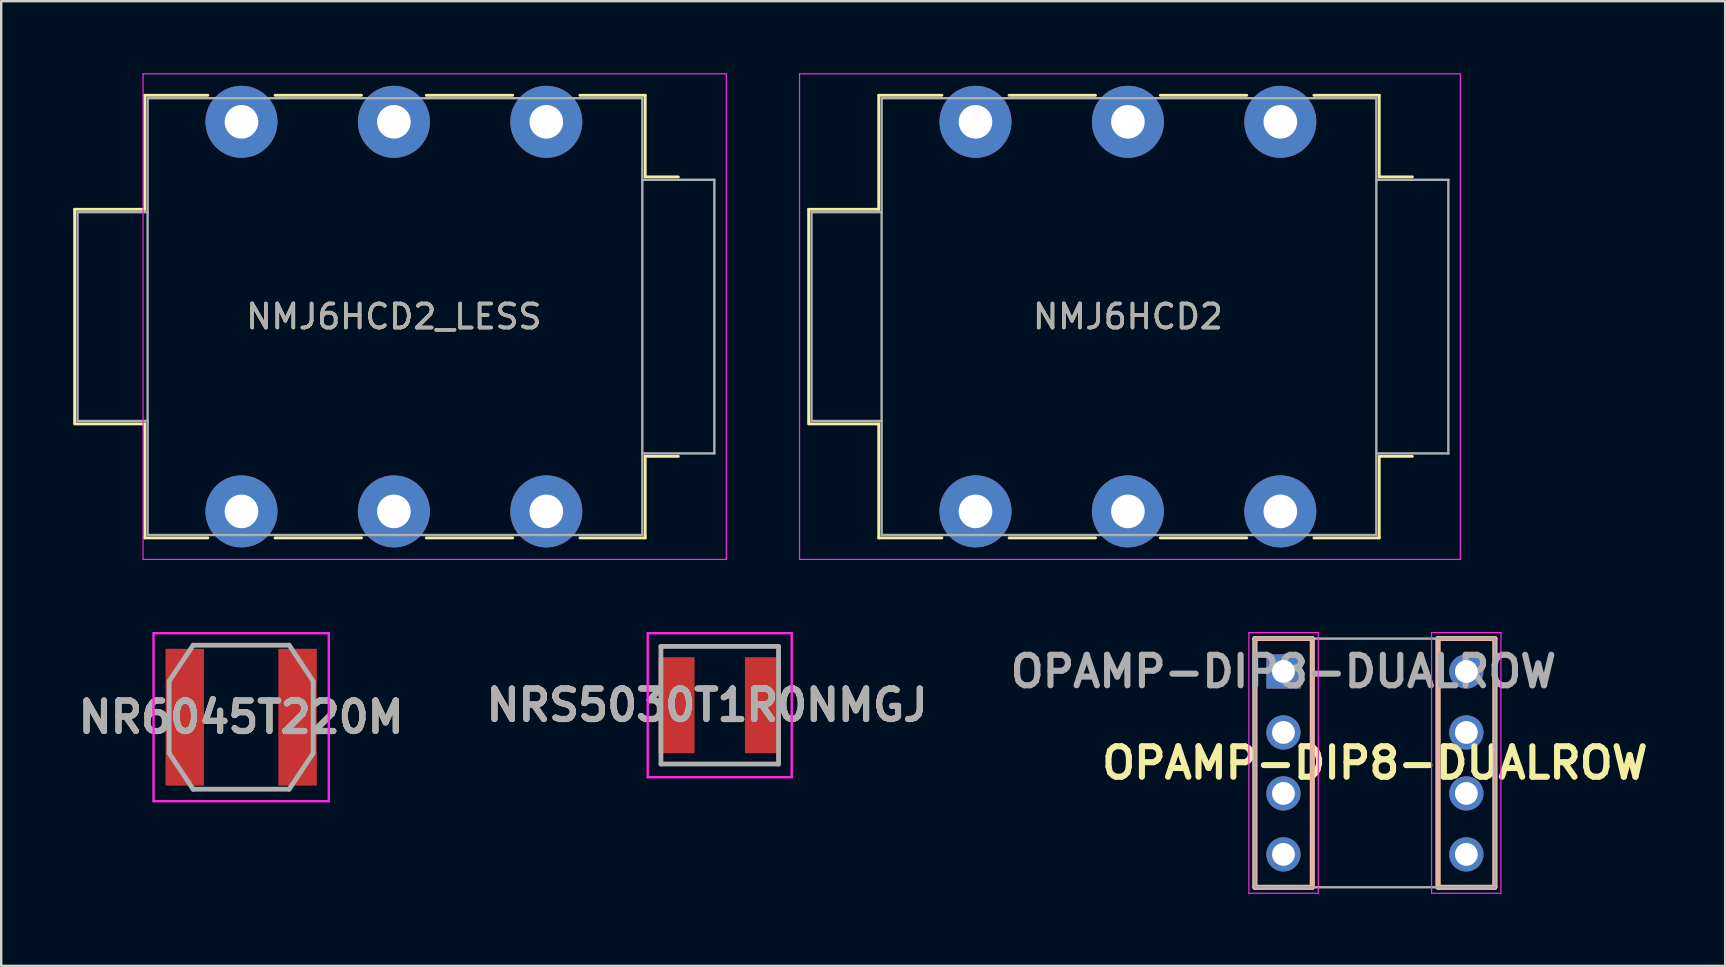
<source format=kicad_pcb>
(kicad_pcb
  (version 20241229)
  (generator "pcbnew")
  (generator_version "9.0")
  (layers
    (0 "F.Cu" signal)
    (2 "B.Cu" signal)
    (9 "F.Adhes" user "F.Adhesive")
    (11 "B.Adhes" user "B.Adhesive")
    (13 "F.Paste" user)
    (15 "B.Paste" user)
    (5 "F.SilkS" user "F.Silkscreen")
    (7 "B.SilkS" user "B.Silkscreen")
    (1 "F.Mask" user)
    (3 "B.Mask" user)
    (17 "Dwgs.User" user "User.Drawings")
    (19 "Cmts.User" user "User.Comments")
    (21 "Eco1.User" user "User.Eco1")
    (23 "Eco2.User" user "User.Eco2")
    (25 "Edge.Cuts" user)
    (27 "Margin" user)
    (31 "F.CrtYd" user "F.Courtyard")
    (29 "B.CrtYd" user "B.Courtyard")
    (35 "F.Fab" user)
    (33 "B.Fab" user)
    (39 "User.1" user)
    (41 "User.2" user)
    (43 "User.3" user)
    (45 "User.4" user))
  (footprint "NMJ6HCD2_LESS"
    (layer "F.Cu")
    (at 7.01 2.025)
    (property "Reference" "NMJ6HCD2_LESS" (at 6.35 8.115 0) (layer "F.SilkS") (effects (font (size 1 1) (thickness 0.15))))
    (attr through_hole)
    (fp_line (start -6.95 3.645) (end -4.03 3.645) (stroke (width 0.12) (type solid)) (layer "F.SilkS"))
    (fp_line (start -6.95 12.545) (end -6.95 3.645) (stroke (width 0.12) (type solid)) (layer "F.SilkS"))
    (fp_line (start -6.95 12.585) (end -4.03 12.585) (stroke (width 0.12) (type solid)) (layer "F.SilkS"))
    (fp_line (start -4.03 -1.105) (end -1.4 -1.105) (stroke (width 0.12) (type solid)) (layer "F.SilkS"))
    (fp_line (start -4.03 3.645) (end -4.03 -1.105) (stroke (width 0.12) (type solid)) (layer "F.SilkS"))
    (fp_line (start -4.03 17.335) (end -4.03 12.585) (stroke (width 0.12) (type solid)) (layer "F.SilkS"))
    (fp_line (start -1.4 17.335) (end -4.03 17.335) (stroke (width 0.12) (type solid)) (layer "F.SilkS"))
    (fp_line (start 1.4 -1.105) (end 5 -1.105) (stroke (width 0.12) (type solid)) (layer "F.SilkS"))
    (fp_line (start 5 17.335) (end 1.4 17.335) (stroke (width 0.12) (type solid)) (layer "F.SilkS"))
    (fp_line (start 7.7 -1.105) (end 11.3 -1.105) (stroke (width 0.12) (type solid)) (layer "F.SilkS"))
    (fp_line (start 11.3 17.335) (end 7.7 17.335) (stroke (width 0.12) (type solid)) (layer "F.SilkS"))
    (fp_line (start 16.82 -1.105) (end 14.1 -1.105) (stroke (width 0.12) (type solid)) (layer "F.SilkS"))
    (fp_line (start 16.82 2.295) (end 16.82 -1.105) (stroke (width 0.12) (type solid)) (layer "F.SilkS"))
    (fp_line (start 16.82 2.295) (end 18.2 2.295) (stroke (width 0.12) (type solid)) (layer "F.SilkS"))
    (fp_line (start 16.82 13.935) (end 18.2 13.935) (stroke (width 0.12) (type solid)) (layer "F.SilkS"))
    (fp_line (start 16.82 17.335) (end 14.1 17.335) (stroke (width 0.12) (type solid)) (layer "F.SilkS"))
    (fp_line (start 16.82 17.335) (end 16.82 13.935) (stroke (width 0.12) (type solid)) (layer "F.SilkS"))
    (fp_line (start -4.1 18.23) (end -4.1 -2) (stroke (width 0.05) (type solid)) (layer "F.CrtYd"))
    (fp_line (start -4.1 18.23) (end 20.2 18.23) (stroke (width 0.05) (type solid)) (layer "F.CrtYd"))
    (fp_line (start 20.2 -2) (end -4.1 -2) (stroke (width 0.05) (type solid)) (layer "F.CrtYd"))
    (fp_line (start 20.2 18.23) (end 20.2 -2) (stroke (width 0.05) (type solid)) (layer "F.CrtYd"))
    (fp_line (start -6.83 3.765) (end -3.91 3.765) (stroke (width 0.1) (type solid)) (layer "F.Fab"))
    (fp_line (start -6.83 12.465) (end -6.83 3.765) (stroke (width 0.1) (type solid)) (layer "F.Fab"))
    (fp_line (start -6.83 12.465) (end -3.91 12.465) (stroke (width 0.1) (type solid)) (layer "F.Fab"))
    (fp_line (start -3.91 17.215) (end -3.91 -0.985) (stroke (width 0.1) (type solid)) (layer "F.Fab"))
    (fp_line (start 16.7 -0.985) (end -3.91 -0.985) (stroke (width 0.1) (type solid)) (layer "F.Fab"))
    (fp_line (start 16.7 17.215) (end -3.91 17.215) (stroke (width 0.1) (type solid)) (layer "F.Fab"))
    (fp_line (start 16.7 17.215) (end 16.7 -0.985) (stroke (width 0.1) (type solid)) (layer "F.Fab"))
    (fp_line (start 19.7 2.415) (end 16.7 2.415) (stroke (width 0.1) (type solid)) (layer "F.Fab"))
    (fp_line (start 19.7 13.815) (end 16.7 13.815) (stroke (width 0.1) (type solid)) (layer "F.Fab"))
    (fp_line (start 19.7 13.815) (end 19.7 2.415) (stroke (width 0.1) (type solid)) (layer "F.Fab"))
    (fp_text user "${REFERENCE}" (at 6.35 8.115 0) (layer "F.Fab") (effects (font (size 1 1) (thickness 0.15))))
    (pad "R" thru_hole circle (at 6.35 0) (size 3 3) (drill 1.4) (layers "*.Cu" "*.Mask"))
    (pad "RN" thru_hole circle (at 6.35 16.23) (size 3 3) (drill 1.4) (layers "*.Cu" "*.Mask"))
    (pad "S" thru_hole circle (at 12.7 0) (size 3 3) (drill 1.4) (layers "*.Cu" "*.Mask"))
    (pad "SN" thru_hole circle (at 12.7 16.23) (size 3 3) (drill 1.4) (layers "*.Cu" "*.Mask"))
    (pad "T" thru_hole circle (at 0 0) (size 3 3) (drill 1.4) (layers "*.Cu" "*.Mask"))
    (pad "TN" thru_hole circle (at 0 16.23) (size 3 3) (drill 1.4) (layers "*.Cu" "*.Mask")))
  (footprint "NR6045T220M"
    (layer "F.Cu")
    (at 6.997 26.83)
    (property "Reference" "NR6045T220M" (at 0 0 0) (layer "F.SilkS") (effects (font (size 1.27 1.27) (thickness 0.254))))
    (attr smd)
    (fp_line (start -1 -3) (end 1 -3) (stroke (width 0.1) (type solid)) (layer "F.SilkS"))
    (fp_line (start -1 3) (end 1 3) (stroke (width 0.1) (type solid)) (layer "F.SilkS"))
    (fp_line (start -3.65 -3.5) (end 3.65 -3.5) (stroke (width 0.1) (type solid)) (layer "F.CrtYd"))
    (fp_line (start -3.65 3.5) (end -3.65 -3.5) (stroke (width 0.1) (type solid)) (layer "F.CrtYd"))
    (fp_line (start 3.65 -3.5) (end 3.65 3.5) (stroke (width 0.1) (type solid)) (layer "F.CrtYd"))
    (fp_line (start 3.65 3.5) (end -3.65 3.5) (stroke (width 0.1) (type solid)) (layer "F.CrtYd"))
    (fp_line (start -3 -1.5) (end -2 -3) (stroke (width 0.2) (type solid)) (layer "F.Fab"))
    (fp_line (start -3 1.5) (end -3 -1.5) (stroke (width 0.2) (type solid)) (layer "F.Fab"))
    (fp_line (start -2 -3) (end 2 -3) (stroke (width 0.2) (type solid)) (layer "F.Fab"))
    (fp_line (start -2 3) (end -3 1.5) (stroke (width 0.2) (type solid)) (layer "F.Fab"))
    (fp_line (start 2 -3) (end 3 -1.5) (stroke (width 0.2) (type solid)) (layer "F.Fab"))
    (fp_line (start 2 3) (end -2 3) (stroke (width 0.2) (type solid)) (layer "F.Fab"))
    (fp_line (start 3 -1.5) (end 3 1.5) (stroke (width 0.2) (type solid)) (layer "F.Fab"))
    (fp_line (start 3 1.5) (end 2 3) (stroke (width 0.2) (type solid)) (layer "F.Fab"))
    (fp_text user "${REFERENCE}" (at 0 0 0) (layer "F.Fab") (effects (font (size 1.27 1.27) (thickness 0.254))))
    (pad "1" smd rect (at -2.35 0) (size 1.6 5.7) (layers "F.Cu" "F.Mask" "F.Paste"))
    (pad "2" smd rect (at 2.35 0) (size 1.6 5.7) (layers "F.Cu" "F.Mask" "F.Paste")))
  (footprint "NMJ6HCD2"
    (layer "F.Cu")
    (at 37.59 2.025)
    (property "Reference" "NMJ6HCD2" (at 6.35 8.115 0) (layer "F.SilkS") (effects (font (size 1 1) (thickness 0.15))))
    (attr through_hole)
    (fp_line (start -6.95 3.645) (end -4.03 3.645) (stroke (width 0.12) (type solid)) (layer "F.SilkS"))
    (fp_line (start -6.95 12.545) (end -6.95 3.645) (stroke (width 0.12) (type solid)) (layer "F.SilkS"))
    (fp_line (start -6.95 12.585) (end -4.03 12.585) (stroke (width 0.12) (type solid)) (layer "F.SilkS"))
    (fp_line (start -4.03 -1.105) (end -1.4 -1.105) (stroke (width 0.12) (type solid)) (layer "F.SilkS"))
    (fp_line (start -4.03 3.645) (end -4.03 -1.105) (stroke (width 0.12) (type solid)) (layer "F.SilkS"))
    (fp_line (start -4.03 17.335) (end -4.03 12.585) (stroke (width 0.12) (type solid)) (layer "F.SilkS"))
    (fp_line (start -1.4 17.335) (end -4.03 17.335) (stroke (width 0.12) (type solid)) (layer "F.SilkS"))
    (fp_line (start 1.4 -1.105) (end 5 -1.105) (stroke (width 0.12) (type solid)) (layer "F.SilkS"))
    (fp_line (start 5 17.335) (end 1.4 17.335) (stroke (width 0.12) (type solid)) (layer "F.SilkS"))
    (fp_line (start 7.7 -1.105) (end 11.3 -1.105) (stroke (width 0.12) (type solid)) (layer "F.SilkS"))
    (fp_line (start 11.3 17.335) (end 7.7 17.335) (stroke (width 0.12) (type solid)) (layer "F.SilkS"))
    (fp_line (start 16.82 -1.105) (end 14.1 -1.105) (stroke (width 0.12) (type solid)) (layer "F.SilkS"))
    (fp_line (start 16.82 2.295) (end 16.82 -1.105) (stroke (width 0.12) (type solid)) (layer "F.SilkS"))
    (fp_line (start 16.82 2.295) (end 18.2 2.295) (stroke (width 0.12) (type solid)) (layer "F.SilkS"))
    (fp_line (start 16.82 13.935) (end 18.2 13.935) (stroke (width 0.12) (type solid)) (layer "F.SilkS"))
    (fp_line (start 16.82 17.335) (end 14.1 17.335) (stroke (width 0.12) (type solid)) (layer "F.SilkS"))
    (fp_line (start 16.82 17.335) (end 16.82 13.935) (stroke (width 0.12) (type solid)) (layer "F.SilkS"))
    (fp_line (start -7.33 18.23) (end -7.33 -2) (stroke (width 0.05) (type solid)) (layer "F.CrtYd"))
    (fp_line (start -7.33 18.23) (end 20.2 18.23) (stroke (width 0.05) (type solid)) (layer "F.CrtYd"))
    (fp_line (start 20.2 -2) (end -7.33 -2) (stroke (width 0.05) (type solid)) (layer "F.CrtYd"))
    (fp_line (start 20.2 18.23) (end 20.2 -2) (stroke (width 0.05) (type solid)) (layer "F.CrtYd"))
    (fp_line (start -6.83 3.765) (end -3.91 3.765) (stroke (width 0.1) (type solid)) (layer "F.Fab"))
    (fp_line (start -6.83 12.465) (end -6.83 3.765) (stroke (width 0.1) (type solid)) (layer "F.Fab"))
    (fp_line (start -6.83 12.465) (end -3.91 12.465) (stroke (width 0.1) (type solid)) (layer "F.Fab"))
    (fp_line (start -3.91 17.215) (end -3.91 -0.985) (stroke (width 0.1) (type solid)) (layer "F.Fab"))
    (fp_line (start 16.7 -0.985) (end -3.91 -0.985) (stroke (width 0.1) (type solid)) (layer "F.Fab"))
    (fp_line (start 16.7 17.215) (end -3.91 17.215) (stroke (width 0.1) (type solid)) (layer "F.Fab"))
    (fp_line (start 16.7 17.215) (end 16.7 -0.985) (stroke (width 0.1) (type solid)) (layer "F.Fab"))
    (fp_line (start 19.7 2.415) (end 16.7 2.415) (stroke (width 0.1) (type solid)) (layer "F.Fab"))
    (fp_line (start 19.7 13.815) (end 16.7 13.815) (stroke (width 0.1) (type solid)) (layer "F.Fab"))
    (fp_line (start 19.7 13.815) (end 19.7 2.415) (stroke (width 0.1) (type solid)) (layer "F.Fab"))
    (fp_text user "${REFERENCE}" (at 6.35 8.115 0) (layer "F.Fab") (effects (font (size 1 1) (thickness 0.15))))
    (pad "R" thru_hole circle (at 6.35 0) (size 3 3) (drill 1.4) (layers "*.Cu" "*.Mask"))
    (pad "RN" thru_hole circle (at 6.35 16.23) (size 3 3) (drill 1.4) (layers "*.Cu" "*.Mask"))
    (pad "S" thru_hole circle (at 12.7 0) (size 3 3) (drill 1.4) (layers "*.Cu" "*.Mask"))
    (pad "SN" thru_hole circle (at 12.7 16.23) (size 3 3) (drill 1.4) (layers "*.Cu" "*.Mask"))
    (pad "T" thru_hole circle (at 0 0) (size 3 3) (drill 1.4) (layers "*.Cu" "*.Mask"))
    (pad "TN" thru_hole circle (at 0 16.23) (size 3 3) (drill 1.4) (layers "*.Cu" "*.Mask")))
  (footprint "NRS5030T1R0NMGJ"
    (layer "F.Cu")
    (at 26.935 26.33)
    (property "Reference" "NRS5030T1R0NMGJ" (at -0.525 0 0) (layer "F.SilkS") (effects (font (size 1.27 1.27) (thickness 0.254))))
    (attr smd)
    (fp_line (start -2.45 -2.45) (end -2.45 -2.45) (stroke (width 0.1) (type solid)) (layer "F.SilkS"))
    (fp_line (start -2.45 -2.45) (end 2.45 -2.45) (stroke (width 0.1) (type solid)) (layer "F.SilkS"))
    (fp_line (start -2.45 2.45) (end -2.45 2.45) (stroke (width 0.1) (type solid)) (layer "F.SilkS"))
    (fp_line (start -2.45 2.45) (end 2.45 2.45) (stroke (width 0.1) (type solid)) (layer "F.SilkS"))
    (fp_line (start 2.45 -2.45) (end -2.45 -2.45) (stroke (width 0.1) (type solid)) (layer "F.SilkS"))
    (fp_line (start 2.45 -2.45) (end 2.45 -2.45) (stroke (width 0.1) (type solid)) (layer "F.SilkS"))
    (fp_line (start 2.45 2.45) (end -2.45 2.45) (stroke (width 0.1) (type solid)) (layer "F.SilkS"))
    (fp_line (start 2.45 2.45) (end 2.45 2.45) (stroke (width 0.1) (type solid)) (layer "F.SilkS"))
    (fp_line (start -3 -3) (end 3 -3) (stroke (width 0.1) (type solid)) (layer "F.CrtYd"))
    (fp_line (start -3 3) (end -3 -3) (stroke (width 0.1) (type solid)) (layer "F.CrtYd"))
    (fp_line (start 3 -3) (end 3 3) (stroke (width 0.1) (type solid)) (layer "F.CrtYd"))
    (fp_line (start 3 3) (end -3 3) (stroke (width 0.1) (type solid)) (layer "F.CrtYd"))
    (fp_line (start -2.45 -2.45) (end -2.45 2.45) (stroke (width 0.2) (type solid)) (layer "F.Fab"))
    (fp_line (start -2.45 2.45) (end 2.45 2.45) (stroke (width 0.2) (type solid)) (layer "F.Fab"))
    (fp_line (start 2.45 -2.45) (end -2.45 -2.45) (stroke (width 0.2) (type solid)) (layer "F.Fab"))
    (fp_line (start 2.45 2.45) (end 2.45 -2.45) (stroke (width 0.2) (type solid)) (layer "F.Fab"))
    (fp_text user "${REFERENCE}" (at -0.525 0 0) (layer "F.Fab") (effects (font (size 1.27 1.27) (thickness 0.254))))
    (pad "1" smd rect (at -1.8 0) (size 1.5 4) (layers "F.Cu" "F.Mask" "F.Paste"))
    (pad "2" smd rect (at 1.8 0) (size 1.5 4) (layers "F.Cu" "F.Mask" "F.Paste")))
  (footprint "OPAMP-DIP8-DUALROW"
    (layer "F.Cu")
    (at 50.42 24.925)
    (property "Reference" "OPAMP-DIP8-DUALROW" (at 3.81 3.81 0) (layer "F.SilkS") (effects (font (size 1.27 1.27) (thickness 0.254))))
    (attr through_hole)
    (fp_line (start -1.19 -1.37) (end -1.19 8.99) (stroke (width 0.2) (type solid)) (layer "F.SilkS"))
    (fp_line (start -1.19 -1.37) (end 1.2 -1.37) (stroke (width 0.2) (type solid)) (layer "F.SilkS"))
    (fp_line (start -1.19 8.99) (end 1.18 8.99) (stroke (width 0.2) (type solid)) (layer "F.SilkS"))
    (fp_line (start 1.2 -1.37) (end 1.2 8.99) (stroke (width 0.2) (type solid)) (layer "F.SilkS"))
    (fp_line (start 6.44 -1.37) (end 6.44 8.99) (stroke (width 0.2) (type solid)) (layer "F.SilkS"))
    (fp_line (start 6.44 8.99) (end 8.81 8.99) (stroke (width 0.2) (type solid)) (layer "F.SilkS"))
    (fp_line (start 8.81 -1.37) (end 6.44 -1.37) (stroke (width 0.2) (type solid)) (layer "F.SilkS"))
    (fp_line (start 8.81 -1.37) (end 8.81 8.99) (stroke (width 0.2) (type solid)) (layer "F.SilkS"))
    (fp_line (start -1.19 -1.37) (end -1.19 8.99) (stroke (width 0.2) (type solid)) (layer "B.SilkS"))
    (fp_line (start 1.2 -1.37) (end -1.19 -1.37) (stroke (width 0.2) (type solid)) (layer "B.SilkS"))
    (fp_line (start 1.2 -1.37) (end 1.2 8.99) (stroke (width 0.2) (type solid)) (layer "B.SilkS"))
    (fp_line (start 1.2 8.99) (end -1.19 8.99) (stroke (width 0.2) (type solid)) (layer "B.SilkS"))
    (fp_line (start 6.44 -1.37) (end 6.44 8.99) (stroke (width 0.2) (type solid)) (layer "B.SilkS"))
    (fp_line (start 6.44 -1.37) (end 8.81 -1.37) (stroke (width 0.2) (type solid)) (layer "B.SilkS"))
    (fp_line (start 6.44 8.99) (end 8.81 8.99) (stroke (width 0.2) (type solid)) (layer "B.SilkS"))
    (fp_line (start 8.81 -1.37) (end 8.81 8.99) (stroke (width 0.2) (type solid)) (layer "B.SilkS"))
    (fp_line (start -1.44 -1.62) (end 1.45 -1.62) (stroke (width 0.05) (type solid)) (layer "F.CrtYd"))
    (fp_line (start -1.44 9.24) (end -1.44 -1.62) (stroke (width 0.05) (type solid)) (layer "F.CrtYd"))
    (fp_line (start -1.44 9.24) (end 1.45 9.24) (stroke (width 0.05) (type solid)) (layer "F.CrtYd"))
    (fp_line (start 1.45 -1.62) (end 1.45 9.24) (stroke (width 0.05) (type default)) (layer "F.CrtYd"))
    (fp_line (start 6.17 -1.62) (end 6.17 9.24) (stroke (width 0.05) (type default)) (layer "F.CrtYd"))
    (fp_line (start 6.17 -1.62) (end 9.06 -1.62) (stroke (width 0.05) (type solid)) (layer "F.CrtYd"))
    (fp_line (start 6.17 9.24) (end 9.06 9.24) (stroke (width 0.05) (type solid)) (layer "F.CrtYd"))
    (fp_line (start 9.06 -1.62) (end 9.06 9.24) (stroke (width 0.05) (type solid)) (layer "F.CrtYd"))
    (fp_line (start -1.19 -1.37) (end 8.81 -1.37) (stroke (width 0.1) (type solid)) (layer "F.Fab"))
    (fp_line (start -1.19 8.99) (end -1.19 -1.37) (stroke (width 0.1) (type solid)) (layer "F.Fab"))
    (fp_line (start 8.81 -1.37) (end 8.81 8.99) (stroke (width 0.1) (type solid)) (layer "F.Fab"))
    (fp_line (start 8.81 8.99) (end -1.19 8.99) (stroke (width 0.1) (type solid)) (layer "F.Fab"))
    (fp_text user "${REFERENCE}" (at 0 0 0) (layer "F.Fab") (effects (font (size 1.27 1.27) (thickness 0.254))))
    (pad "1" thru_hole rect (at 0 0) (size 1.425 1.425) (drill 0.95) (layers "*.Cu" "*.Mask"))
    (pad "2" thru_hole circle (at 0 2.54) (size 1.425 1.425) (drill 0.95) (layers "*.Cu" "*.Mask"))
    (pad "3" thru_hole circle (at 0 5.08) (size 1.425 1.425) (drill 0.95) (layers "*.Cu" "*.Mask"))
    (pad "4" thru_hole circle (at 0 7.62) (size 1.425 1.425) (drill 0.95) (layers "*.Cu" "*.Mask"))
    (pad "5" thru_hole circle (at 7.62 7.62) (size 1.425 1.425) (drill 0.95) (layers "*.Cu" "*.Mask"))
    (pad "6" thru_hole circle (at 7.62 5.08) (size 1.425 1.425) (drill 0.95) (layers "*.Cu" "*.Mask"))
    (pad "7" thru_hole circle (at 7.62 2.54) (size 1.425 1.425) (drill 0.95) (layers "*.Cu" "*.Mask"))
    (pad "8" thru_hole circle (at 7.62 0) (size 1.425 1.425) (drill 0.95) (layers "*.Cu" "*.Mask")))
  (gr_rect
    (start -3 -3)
    (end 68.823 37.19)
    (stroke (width 0.1) (type default))
    (fill no)
    (layer "Edge.Cuts")))
</source>
